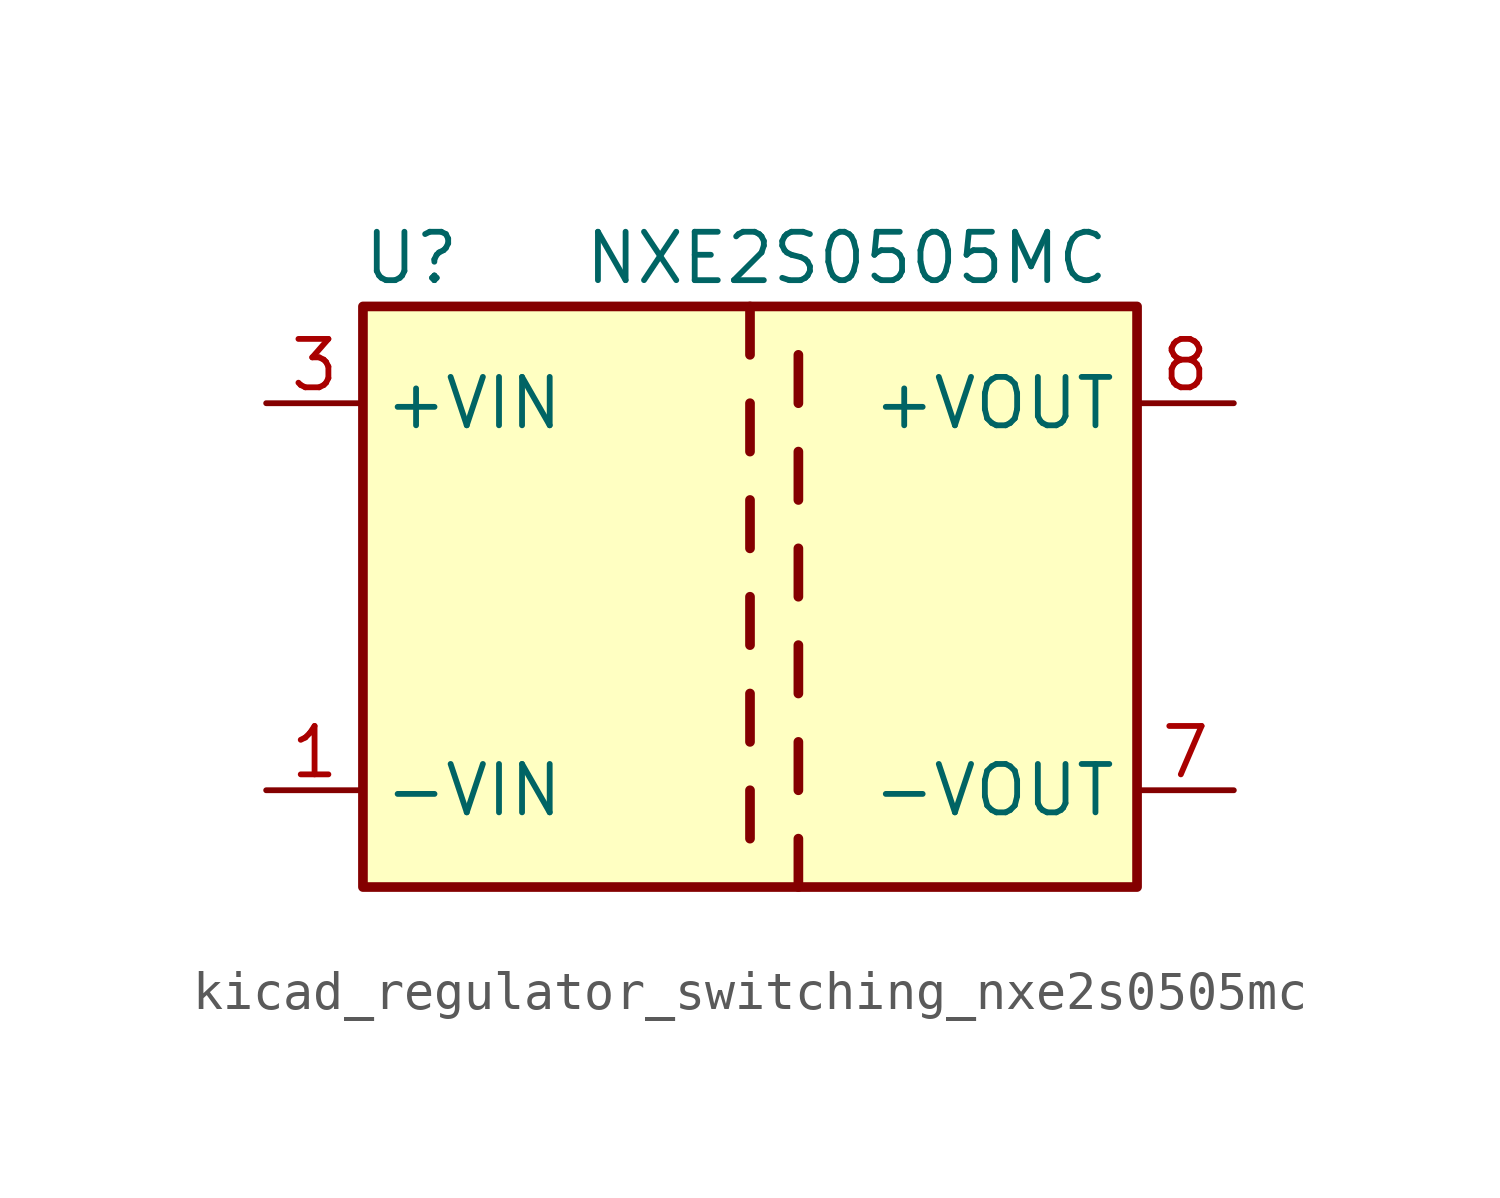
<source format=kicad_sym>
(kicad_symbol_lib
  (version 20220914)
  (generator kicad_symbol_editor)
  (symbol "kicad_regulator_switching_nxe2s0505mc"
    (property "Reference" "U"
      (at -8.89 8.89 0)
      (effects (font (size 1.27 1.27))))
    (property "Value" "NXE2S0505MC"
      (at 2.54 8.89 0)
      (effects (font (size 1.27 1.27))))
    (symbol "kicad_regulator_switching_nxe2s0505mc_0_1"
      (rectangle (start -10.16 7.62) (end 10.16 -7.62) (stroke (width 0.254) (type default)) (fill (type background)))
      (polyline (pts (xy 0 -5.08) (xy 0 -6.35)) (stroke (width 0.254) (type default)) (fill (type none)))
      (polyline (pts (xy 0 -2.54) (xy 0 -3.81)) (stroke (width 0.254) (type default)) (fill (type none)))
      (polyline (pts (xy 0 0) (xy 0 -1.27)) (stroke (width 0.254) (type default)) (fill (type none)))
      (polyline (pts (xy 0 2.54) (xy 0 1.27)) (stroke (width 0.254) (type default)) (fill (type none)))
      (polyline (pts (xy 0 5.08) (xy 0 3.81)) (stroke (width 0.254) (type default)) (fill (type none)))
      (polyline (pts (xy 0 7.62) (xy 0 6.35)) (stroke (width 0.254) (type default)) (fill (type none)))
      (polyline (pts (xy 1.27 -7.62) (xy 1.27 -6.35)) (stroke (width 0.254) (type default)) (fill (type none)))
      (polyline (pts (xy 1.27 -5.08) (xy 1.27 -3.81)) (stroke (width 0.254) (type default)) (fill (type none)))
      (polyline (pts (xy 1.27 -2.54) (xy 1.27 -1.27)) (stroke (width 0.254) (type default)) (fill (type none)))
      (polyline (pts (xy 1.27 0) (xy 1.27 1.27)) (stroke (width 0.254) (type default)) (fill (type none)))
      (polyline (pts (xy 1.27 2.54) (xy 1.27 3.81)) (stroke (width 0.254) (type default)) (fill (type none)))
      (polyline (pts (xy 1.27 5.08) (xy 1.27 6.35)) (stroke (width 0.254) (type default)) (fill (type none))))
    (symbol "kicad_regulator_switching_nxe2s0505mc_1_1"
      (pin power_in line (at -12.7 -5.08 0) (length 2.54) (name "-VIN" (effects (font (size 1.27 1.27)))) (number "1" (effects (font (size 1.27 1.27)))))
      (pin no_connect line (at -10.16 0 0) (length 2.54) hide (name "NC" (effects (font (size 1.27 1.27)))) (number "14" (effects (font (size 1.27 1.27)))))
      (pin power_in line (at -12.7 5.08 0) (length 2.54) (name "+VIN" (effects (font (size 1.27 1.27)))) (number "3" (effects (font (size 1.27 1.27)))))
      (pin power_out line (at 12.7 -5.08 180) (length 2.54) (name "-VOUT" (effects (font (size 1.27 1.27)))) (number "7" (effects (font (size 1.27 1.27)))))
      (pin power_out line (at 12.7 5.08 180) (length 2.54) (name "+VOUT" (effects (font (size 1.27 1.27)))) (number "8" (effects (font (size 1.27 1.27))))))))
</source>
